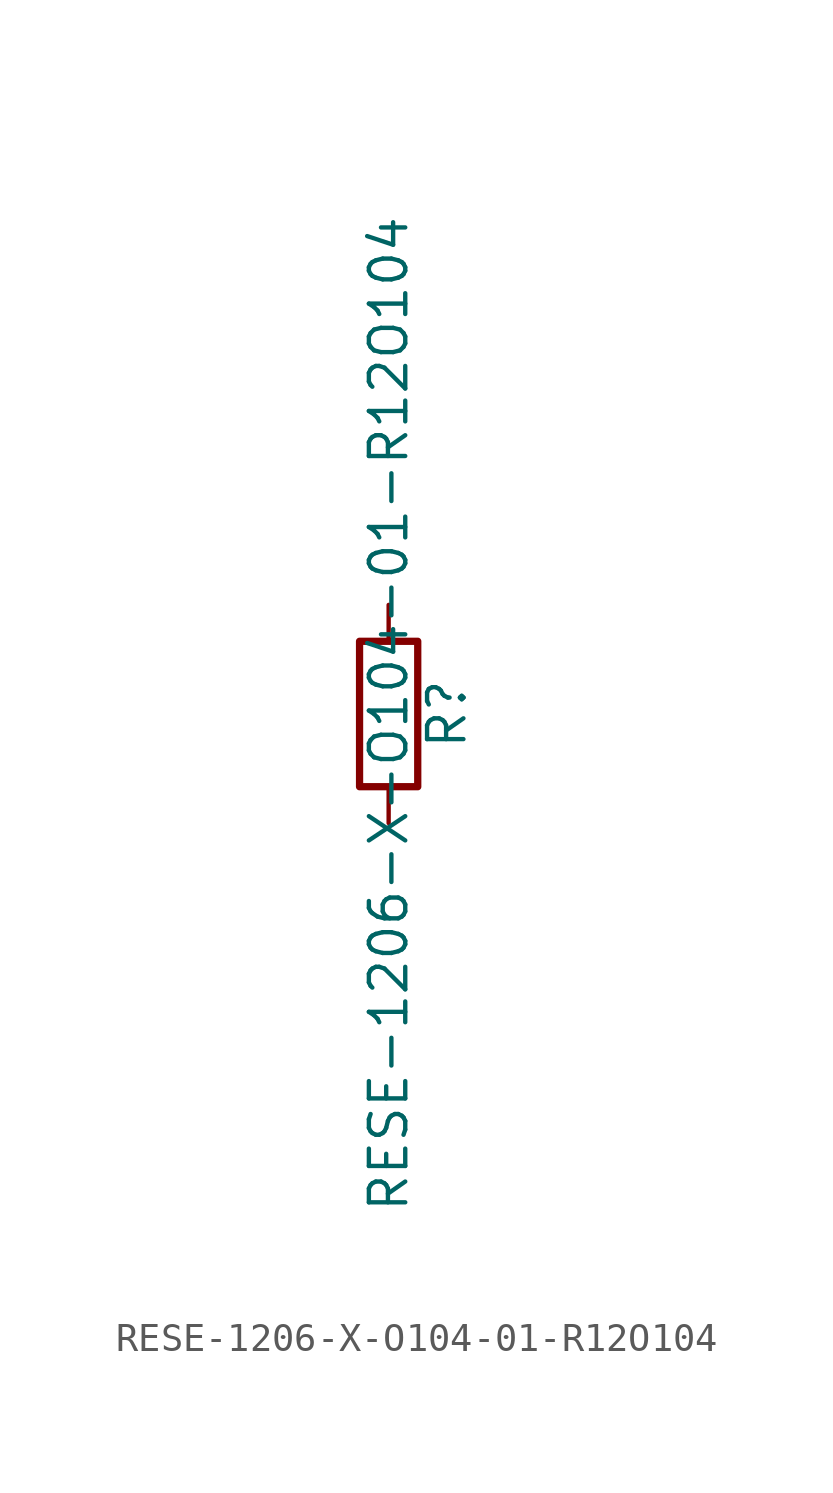
<source format=kicad_sym>
(kicad_symbol_lib
  (version 20211014)
  (generator kicad_symbol_editor)
  (symbol "RESE-1206-X-O104-01-R12O104"
    (pin_numbers hide)
    (pin_names
      (offset 0))
    (property "Reference" "R"
      (at 2.032 0 90)
      (effects (font (size 1.27 1.27))))
    (property "Value" "RESE-1206-X-O104-01-R12O104"
      (at 0 0 90)
      (effects (font (size 1.27 1.27))))
    (symbol "RESE-1206-X-O104-01-R12O104_0_1"
      (rectangle (start -1.016 -2.54) (end 1.016 2.54) (stroke (width 0.254) (type default) (color 0 0 0 0)) (fill (type none))))
    (symbol "RESE-1206-X-O104-01-R12O104_1_1"
      (pin passive line (at 0 3.81 270) (length 1.27) (name "~" (effects (font (size 1.27 1.27)))) (number "1" (effects (font (size 1.27 1.27)))))
      (pin passive line (at 0 -3.81 90) (length 1.27) (name "~" (effects (font (size 1.27 1.27)))) (number "2" (effects (font (size 1.27 1.27))))))))
</source>
